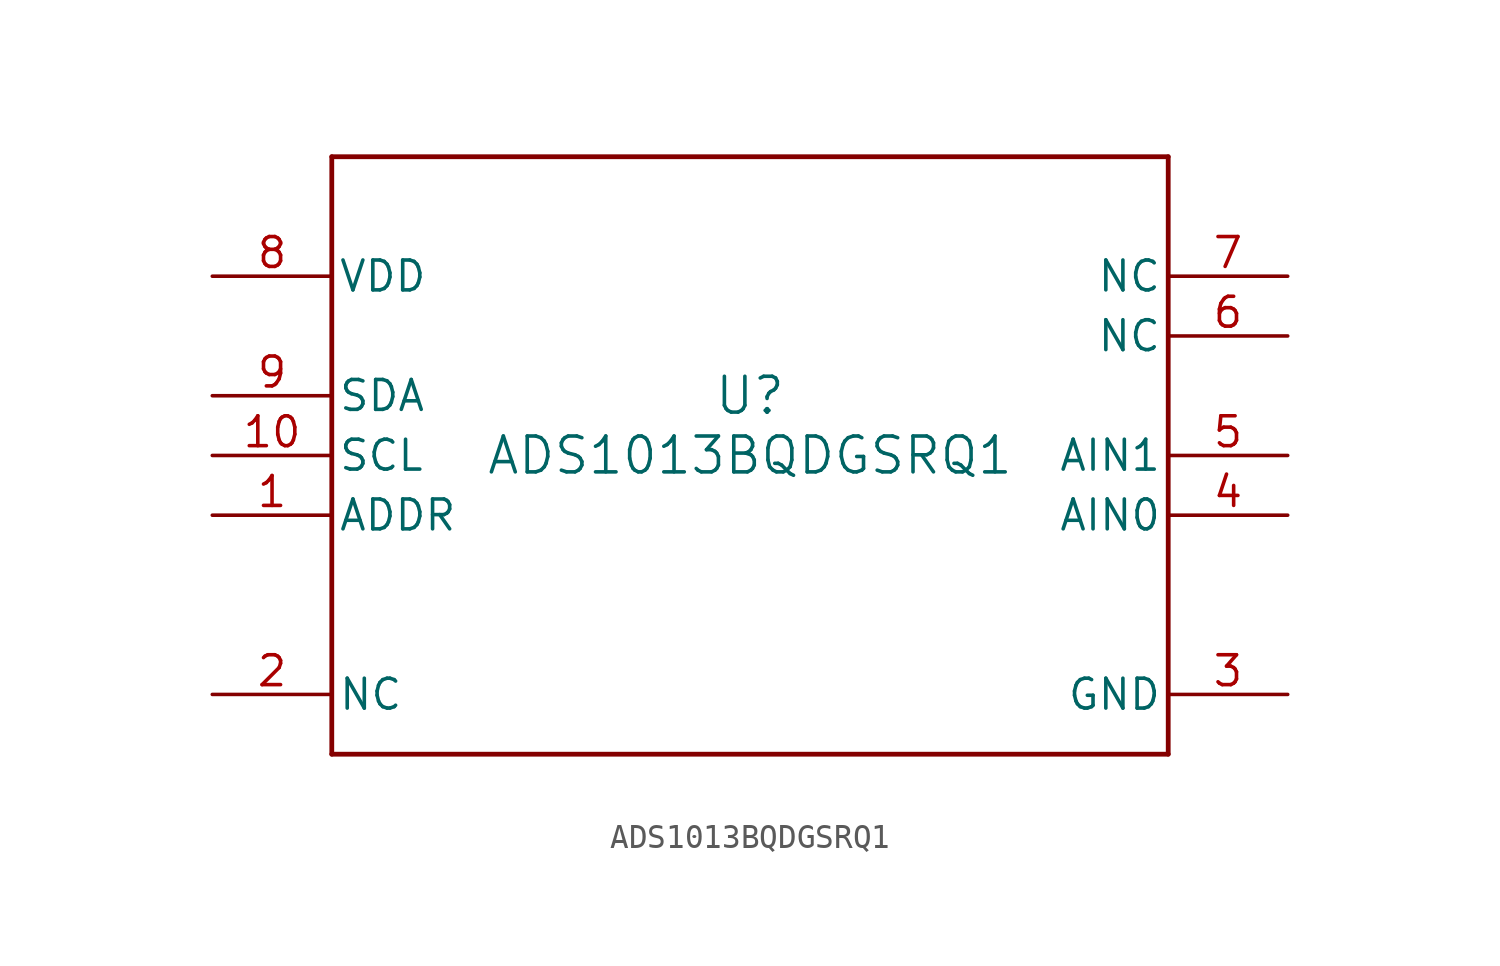
<source format=kicad_sym>
(kicad_symbol_lib
  (version 20211014)
  (generator kicad_symbol_editor)
  (symbol "ADS1013BQDGSRQ1"
    (pin_names
      (offset 0.254))
    (property "Reference" "U"
      (at 0 2.54 0)
      (effects (font (size 1.524 1.524))))
    (property "Value" "ADS1013BQDGSRQ1"
      (at 0 0 0)
      (effects (font (size 1.524 1.524))))
    (symbol "ADS1013BQDGSRQ1_0_1"
      (polyline (pts (xy -17.78 -12.7) (xy 17.78 -12.7)) (stroke (width 0.203) (type default) (color 0 0 0 0)) (fill (type none)))
      (polyline (pts (xy 17.78 -12.7) (xy 17.78 12.7)) (stroke (width 0.203) (type default) (color 0 0 0 0)) (fill (type none)))
      (polyline (pts (xy 17.78 12.7) (xy -17.78 12.7)) (stroke (width 0.203) (type default) (color 0 0 0 0)) (fill (type none)))
      (polyline (pts (xy -17.78 12.7) (xy -17.78 -12.7)) (stroke (width 0.203) (type default) (color 0 0 0 0)) (fill (type none)))
      (pin input line (at -22.86 -2.54 0) (length 5.08) (name "ADDR" (effects (font (size 1.27 1.27)))) (number "1" (effects (font (size 1.27 1.27)))))
      (pin unspecified line (at -22.86 -10.16 0) (length 5.08) (name "NC" (effects (font (size 1.27 1.27)))) (number "2" (effects (font (size 1.27 1.27)))))
      (pin power_in line (at 22.86 -10.16 180) (length 5.08) (name "GND" (effects (font (size 1.27 1.27)))) (number "3" (effects (font (size 1.27 1.27)))))
      (pin input line (at 22.86 -2.54 180) (length 5.08) (name "AIN0" (effects (font (size 1.27 1.27)))) (number "4" (effects (font (size 1.27 1.27)))))
      (pin input line (at 22.86 0 180) (length 5.08) (name "AIN1" (effects (font (size 1.27 1.27)))) (number "5" (effects (font (size 1.27 1.27)))))
      (pin unspecified line (at 22.86 5.08 180) (length 5.08) (name "NC" (effects (font (size 1.27 1.27)))) (number "6" (effects (font (size 1.27 1.27)))))
      (pin unspecified line (at 22.86 7.62 180) (length 5.08) (name "NC" (effects (font (size 1.27 1.27)))) (number "7" (effects (font (size 1.27 1.27)))))
      (pin power_in line (at -22.86 7.62 0) (length 5.08) (name "VDD" (effects (font (size 1.27 1.27)))) (number "8" (effects (font (size 1.27 1.27)))))
      (pin bidirectional line (at -22.86 2.54 0) (length 5.08) (name "SDA" (effects (font (size 1.27 1.27)))) (number "9" (effects (font (size 1.27 1.27)))))
      (pin input line (at -22.86 0 0) (length 5.08) (name "SCL" (effects (font (size 1.27 1.27)))) (number "10" (effects (font (size 1.27 1.27))))))))
</source>
